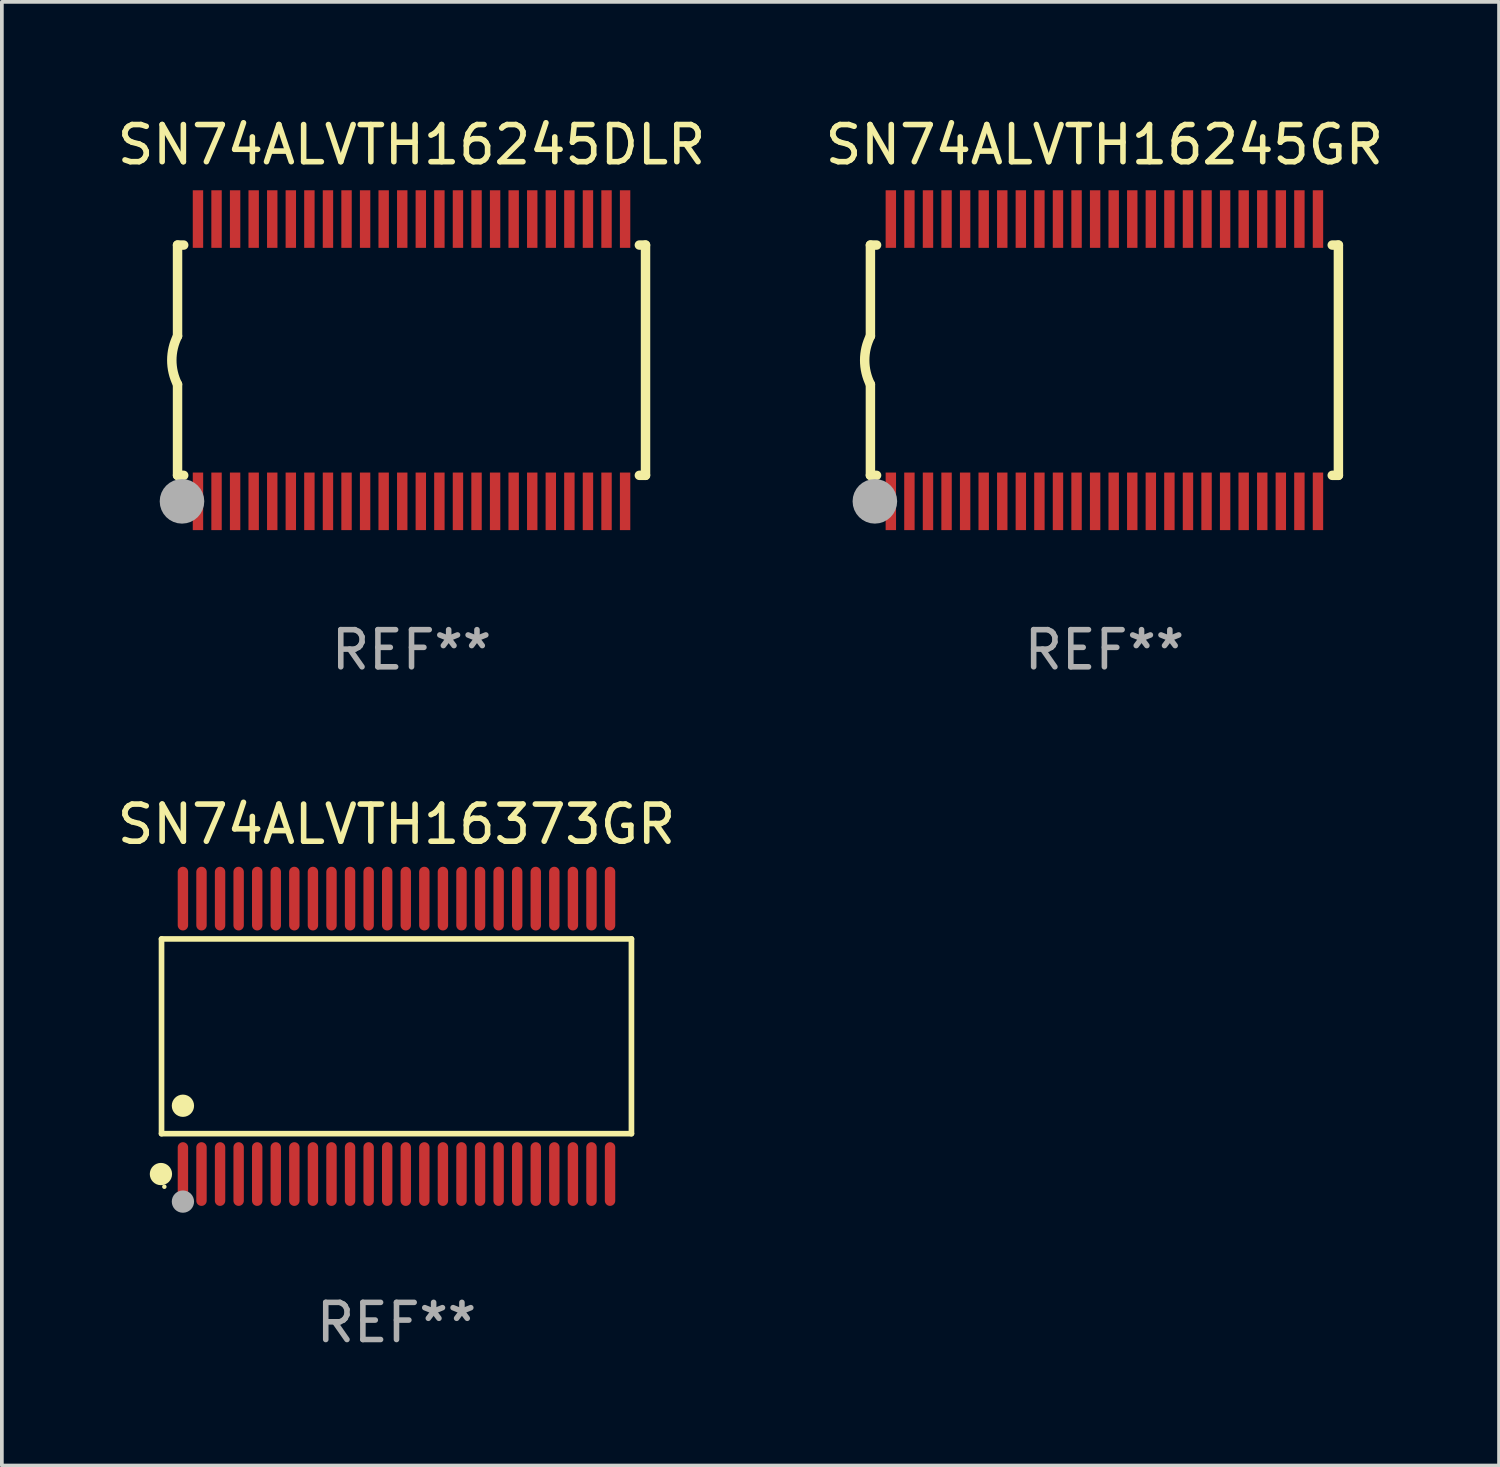
<source format=kicad_pcb>
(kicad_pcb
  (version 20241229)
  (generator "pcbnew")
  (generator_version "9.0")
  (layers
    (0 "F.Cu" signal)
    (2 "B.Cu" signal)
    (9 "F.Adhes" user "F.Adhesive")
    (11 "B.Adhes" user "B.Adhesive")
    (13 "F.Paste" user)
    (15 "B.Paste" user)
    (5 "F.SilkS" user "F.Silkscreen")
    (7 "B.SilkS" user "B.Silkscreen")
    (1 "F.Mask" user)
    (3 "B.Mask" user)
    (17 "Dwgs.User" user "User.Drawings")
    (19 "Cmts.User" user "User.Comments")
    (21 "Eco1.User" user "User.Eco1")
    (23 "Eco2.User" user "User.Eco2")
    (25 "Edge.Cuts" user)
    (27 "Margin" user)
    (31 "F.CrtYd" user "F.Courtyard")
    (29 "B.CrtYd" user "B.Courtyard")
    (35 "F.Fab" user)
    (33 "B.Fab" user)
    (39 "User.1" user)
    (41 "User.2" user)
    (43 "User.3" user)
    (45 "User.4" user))
  (footprint "SN74ALVTH16245GR"
    (layer "F.Cu")
    (at 26.685 6.648)
    (property "Reference" "SN74ALVTH16245GR" (at 0 -5.8 0) (layer "F.SilkS") (effects (font (size 1 1) (thickness 0.15))))
    (attr through_hole)
    (fp_line (start -6.3 -3.1) (end -6.3 -0.65) (stroke (width 0.254) (type solid)) (layer "F.SilkS"))
    (fp_line (start -6.3 -3.1) (end -6.134 -3.1) (stroke (width 0.254) (type solid)) (layer "F.SilkS"))
    (fp_line (start -6.3 3.1) (end -6.3 0.65) (stroke (width 0.254) (type solid)) (layer "F.SilkS"))
    (fp_line (start -6.3 3.1) (end -6.134 3.1) (stroke (width 0.254) (type solid)) (layer "F.SilkS"))
    (fp_line (start 6.134 -3.1) (end 6.3 -3.1) (stroke (width 0.254) (type solid)) (layer "F.SilkS"))
    (fp_line (start 6.134 3.1) (end 6.3 3.1) (stroke (width 0.254) (type solid)) (layer "F.SilkS"))
    (fp_line (start 6.3 -3.1) (end 6.3 3.1) (stroke (width 0.254) (type solid)) (layer "F.SilkS"))
    (fp_arc (start -6.301016 0.650114) (mid -6.45413 -0.000082) (end -6.3 -0.650038) (stroke (width 0.254001) (type solid)) (layer "F.SilkS"))
    (fp_circle (center -6.35 3.81) (end -6.223 3.81) (stroke (width 0.254) (type solid)) (fill no) (layer "F.SilkS"))
    (fp_circle (center -6.25 4.05) (end -6.22 4.05) (stroke (width 0.06) (type solid)) (fill no) (layer "F.SilkS"))
    (fp_circle (center -6.18 3.8) (end -5.88 3.8) (stroke (width 0.6) (type solid)) (fill no) (layer "F.Fab"))
    (fp_text user "REF**" (at 0 7.8 0) (layer "F.Fab") (effects (font (size 1 1) (thickness 0.15))))
    (pad "1" smd rect (at -5.75 3.8) (size 0.28 1.55) (layers "F.Cu" "F.Mask" "F.Paste"))
    (pad "2" smd rect (at -5.25 3.8) (size 0.28 1.55) (layers "F.Cu" "F.Mask" "F.Paste"))
    (pad "3" smd rect (at -4.75 3.8) (size 0.28 1.55) (layers "F.Cu" "F.Mask" "F.Paste"))
    (pad "4" smd rect (at -4.25 3.8) (size 0.28 1.55) (layers "F.Cu" "F.Mask" "F.Paste"))
    (pad "5" smd rect (at -3.75 3.8) (size 0.28 1.55) (layers "F.Cu" "F.Mask" "F.Paste"))
    (pad "6" smd rect (at -3.25 3.8) (size 0.28 1.55) (layers "F.Cu" "F.Mask" "F.Paste"))
    (pad "7" smd rect (at -2.75 3.8) (size 0.28 1.55) (layers "F.Cu" "F.Mask" "F.Paste"))
    (pad "8" smd rect (at -2.25 3.8) (size 0.28 1.55) (layers "F.Cu" "F.Mask" "F.Paste"))
    (pad "9" smd rect (at -1.75 3.8) (size 0.28 1.55) (layers "F.Cu" "F.Mask" "F.Paste"))
    (pad "10" smd rect (at -1.25 3.8) (size 0.28 1.55) (layers "F.Cu" "F.Mask" "F.Paste"))
    (pad "11" smd rect (at -0.75 3.8) (size 0.28 1.55) (layers "F.Cu" "F.Mask" "F.Paste"))
    (pad "12" smd rect (at -0.25 3.8) (size 0.28 1.55) (layers "F.Cu" "F.Mask" "F.Paste"))
    (pad "13" smd rect (at 0.25 3.8) (size 0.28 1.55) (layers "F.Cu" "F.Mask" "F.Paste"))
    (pad "14" smd rect (at 0.75 3.8) (size 0.28 1.55) (layers "F.Cu" "F.Mask" "F.Paste"))
    (pad "15" smd rect (at 1.25 3.8) (size 0.28 1.55) (layers "F.Cu" "F.Mask" "F.Paste"))
    (pad "16" smd rect (at 1.75 3.8) (size 0.28 1.55) (layers "F.Cu" "F.Mask" "F.Paste"))
    (pad "17" smd rect (at 2.25 3.8) (size 0.28 1.55) (layers "F.Cu" "F.Mask" "F.Paste"))
    (pad "18" smd rect (at 2.75 3.8) (size 0.28 1.55) (layers "F.Cu" "F.Mask" "F.Paste"))
    (pad "19" smd rect (at 3.25 3.8) (size 0.28 1.55) (layers "F.Cu" "F.Mask" "F.Paste"))
    (pad "20" smd rect (at 3.75 3.8) (size 0.28 1.55) (layers "F.Cu" "F.Mask" "F.Paste"))
    (pad "21" smd rect (at 4.25 3.8) (size 0.28 1.55) (layers "F.Cu" "F.Mask" "F.Paste"))
    (pad "22" smd rect (at 4.75 3.8) (size 0.28 1.55) (layers "F.Cu" "F.Mask" "F.Paste"))
    (pad "23" smd rect (at 5.25 3.8) (size 0.28 1.55) (layers "F.Cu" "F.Mask" "F.Paste"))
    (pad "24" smd rect (at 5.75 3.8) (size 0.28 1.55) (layers "F.Cu" "F.Mask" "F.Paste"))
    (pad "25" smd rect (at 5.75 -3.8) (size 0.28 1.55) (layers "F.Cu" "F.Mask" "F.Paste"))
    (pad "26" smd rect (at 5.25 -3.8) (size 0.28 1.55) (layers "F.Cu" "F.Mask" "F.Paste"))
    (pad "27" smd rect (at 4.75 -3.8) (size 0.28 1.55) (layers "F.Cu" "F.Mask" "F.Paste"))
    (pad "28" smd rect (at 4.25 -3.8) (size 0.28 1.55) (layers "F.Cu" "F.Mask" "F.Paste"))
    (pad "29" smd rect (at 3.75 -3.8) (size 0.28 1.55) (layers "F.Cu" "F.Mask" "F.Paste"))
    (pad "30" smd rect (at 3.25 -3.8) (size 0.28 1.55) (layers "F.Cu" "F.Mask" "F.Paste"))
    (pad "31" smd rect (at 2.75 -3.8) (size 0.28 1.55) (layers "F.Cu" "F.Mask" "F.Paste"))
    (pad "32" smd rect (at 2.25 -3.8) (size 0.28 1.55) (layers "F.Cu" "F.Mask" "F.Paste"))
    (pad "33" smd rect (at 1.75 -3.8) (size 0.28 1.55) (layers "F.Cu" "F.Mask" "F.Paste"))
    (pad "34" smd rect (at 1.25 -3.8) (size 0.28 1.55) (layers "F.Cu" "F.Mask" "F.Paste"))
    (pad "35" smd rect (at 0.75 -3.8) (size 0.28 1.55) (layers "F.Cu" "F.Mask" "F.Paste"))
    (pad "36" smd rect (at 0.25 -3.8) (size 0.28 1.55) (layers "F.Cu" "F.Mask" "F.Paste"))
    (pad "37" smd rect (at -0.25 -3.8) (size 0.28 1.55) (layers "F.Cu" "F.Mask" "F.Paste"))
    (pad "38" smd rect (at -0.75 -3.8) (size 0.28 1.55) (layers "F.Cu" "F.Mask" "F.Paste"))
    (pad "39" smd rect (at -1.25 -3.8) (size 0.28 1.55) (layers "F.Cu" "F.Mask" "F.Paste"))
    (pad "40" smd rect (at -1.75 -3.8) (size 0.28 1.55) (layers "F.Cu" "F.Mask" "F.Paste"))
    (pad "41" smd rect (at -2.25 -3.8) (size 0.28 1.55) (layers "F.Cu" "F.Mask" "F.Paste"))
    (pad "42" smd rect (at -2.75 -3.8) (size 0.28 1.55) (layers "F.Cu" "F.Mask" "F.Paste"))
    (pad "43" smd rect (at -3.25 -3.8) (size 0.28 1.55) (layers "F.Cu" "F.Mask" "F.Paste"))
    (pad "44" smd rect (at -3.75 -3.8) (size 0.28 1.55) (layers "F.Cu" "F.Mask" "F.Paste"))
    (pad "45" smd rect (at -4.25 -3.8) (size 0.28 1.55) (layers "F.Cu" "F.Mask" "F.Paste"))
    (pad "46" smd rect (at -4.75 -3.8) (size 0.28 1.55) (layers "F.Cu" "F.Mask" "F.Paste"))
    (pad "47" smd rect (at -5.25 -3.8) (size 0.28 1.55) (layers "F.Cu" "F.Mask" "F.Paste"))
    (pad "48" smd rect (at -5.75 -3.8) (size 0.28 1.55) (layers "F.Cu" "F.Mask" "F.Paste")))
  (footprint "SN74ALVTH16245DLR"
    (layer "F.Cu")
    (at 8.03 6.648)
    (property "Reference" "SN74ALVTH16245DLR" (at 0 -5.8 0) (layer "F.SilkS") (effects (font (size 1 1) (thickness 0.15))))
    (attr through_hole)
    (fp_line (start -6.3 -3.1) (end -6.3 -0.65) (stroke (width 0.254) (type solid)) (layer "F.SilkS"))
    (fp_line (start -6.3 -3.1) (end -6.134 -3.1) (stroke (width 0.254) (type solid)) (layer "F.SilkS"))
    (fp_line (start -6.3 3.1) (end -6.3 0.65) (stroke (width 0.254) (type solid)) (layer "F.SilkS"))
    (fp_line (start -6.3 3.1) (end -6.134 3.1) (stroke (width 0.254) (type solid)) (layer "F.SilkS"))
    (fp_line (start 6.134 -3.1) (end 6.3 -3.1) (stroke (width 0.254) (type solid)) (layer "F.SilkS"))
    (fp_line (start 6.134 3.1) (end 6.3 3.1) (stroke (width 0.254) (type solid)) (layer "F.SilkS"))
    (fp_line (start 6.3 -3.1) (end 6.3 3.1) (stroke (width 0.254) (type solid)) (layer "F.SilkS"))
    (fp_arc (start -6.301016 0.650114) (mid -6.45413 -0.000082) (end -6.3 -0.650038) (stroke (width 0.254001) (type solid)) (layer "F.SilkS"))
    (fp_circle (center -6.35 3.81) (end -6.223 3.81) (stroke (width 0.254) (type solid)) (fill no) (layer "F.SilkS"))
    (fp_circle (center -6.25 4.05) (end -6.22 4.05) (stroke (width 0.06) (type solid)) (fill no) (layer "F.SilkS"))
    (fp_circle (center -6.18 3.8) (end -5.88 3.8) (stroke (width 0.6) (type solid)) (fill no) (layer "F.Fab"))
    (fp_text user "REF**" (at 0 7.8 0) (layer "F.Fab") (effects (font (size 1 1) (thickness 0.15))))
    (pad "1" smd rect (at -5.75 3.8) (size 0.28 1.55) (layers "F.Cu" "F.Mask" "F.Paste"))
    (pad "2" smd rect (at -5.25 3.8) (size 0.28 1.55) (layers "F.Cu" "F.Mask" "F.Paste"))
    (pad "3" smd rect (at -4.75 3.8) (size 0.28 1.55) (layers "F.Cu" "F.Mask" "F.Paste"))
    (pad "4" smd rect (at -4.25 3.8) (size 0.28 1.55) (layers "F.Cu" "F.Mask" "F.Paste"))
    (pad "5" smd rect (at -3.75 3.8) (size 0.28 1.55) (layers "F.Cu" "F.Mask" "F.Paste"))
    (pad "6" smd rect (at -3.25 3.8) (size 0.28 1.55) (layers "F.Cu" "F.Mask" "F.Paste"))
    (pad "7" smd rect (at -2.75 3.8) (size 0.28 1.55) (layers "F.Cu" "F.Mask" "F.Paste"))
    (pad "8" smd rect (at -2.25 3.8) (size 0.28 1.55) (layers "F.Cu" "F.Mask" "F.Paste"))
    (pad "9" smd rect (at -1.75 3.8) (size 0.28 1.55) (layers "F.Cu" "F.Mask" "F.Paste"))
    (pad "10" smd rect (at -1.25 3.8) (size 0.28 1.55) (layers "F.Cu" "F.Mask" "F.Paste"))
    (pad "11" smd rect (at -0.75 3.8) (size 0.28 1.55) (layers "F.Cu" "F.Mask" "F.Paste"))
    (pad "12" smd rect (at -0.25 3.8) (size 0.28 1.55) (layers "F.Cu" "F.Mask" "F.Paste"))
    (pad "13" smd rect (at 0.25 3.8) (size 0.28 1.55) (layers "F.Cu" "F.Mask" "F.Paste"))
    (pad "14" smd rect (at 0.75 3.8) (size 0.28 1.55) (layers "F.Cu" "F.Mask" "F.Paste"))
    (pad "15" smd rect (at 1.25 3.8) (size 0.28 1.55) (layers "F.Cu" "F.Mask" "F.Paste"))
    (pad "16" smd rect (at 1.75 3.8) (size 0.28 1.55) (layers "F.Cu" "F.Mask" "F.Paste"))
    (pad "17" smd rect (at 2.25 3.8) (size 0.28 1.55) (layers "F.Cu" "F.Mask" "F.Paste"))
    (pad "18" smd rect (at 2.75 3.8) (size 0.28 1.55) (layers "F.Cu" "F.Mask" "F.Paste"))
    (pad "19" smd rect (at 3.25 3.8) (size 0.28 1.55) (layers "F.Cu" "F.Mask" "F.Paste"))
    (pad "20" smd rect (at 3.75 3.8) (size 0.28 1.55) (layers "F.Cu" "F.Mask" "F.Paste"))
    (pad "21" smd rect (at 4.25 3.8) (size 0.28 1.55) (layers "F.Cu" "F.Mask" "F.Paste"))
    (pad "22" smd rect (at 4.75 3.8) (size 0.28 1.55) (layers "F.Cu" "F.Mask" "F.Paste"))
    (pad "23" smd rect (at 5.25 3.8) (size 0.28 1.55) (layers "F.Cu" "F.Mask" "F.Paste"))
    (pad "24" smd rect (at 5.75 3.8) (size 0.28 1.55) (layers "F.Cu" "F.Mask" "F.Paste"))
    (pad "25" smd rect (at 5.75 -3.8) (size 0.28 1.55) (layers "F.Cu" "F.Mask" "F.Paste"))
    (pad "26" smd rect (at 5.25 -3.8) (size 0.28 1.55) (layers "F.Cu" "F.Mask" "F.Paste"))
    (pad "27" smd rect (at 4.75 -3.8) (size 0.28 1.55) (layers "F.Cu" "F.Mask" "F.Paste"))
    (pad "28" smd rect (at 4.25 -3.8) (size 0.28 1.55) (layers "F.Cu" "F.Mask" "F.Paste"))
    (pad "29" smd rect (at 3.75 -3.8) (size 0.28 1.55) (layers "F.Cu" "F.Mask" "F.Paste"))
    (pad "30" smd rect (at 3.25 -3.8) (size 0.28 1.55) (layers "F.Cu" "F.Mask" "F.Paste"))
    (pad "31" smd rect (at 2.75 -3.8) (size 0.28 1.55) (layers "F.Cu" "F.Mask" "F.Paste"))
    (pad "32" smd rect (at 2.25 -3.8) (size 0.28 1.55) (layers "F.Cu" "F.Mask" "F.Paste"))
    (pad "33" smd rect (at 1.75 -3.8) (size 0.28 1.55) (layers "F.Cu" "F.Mask" "F.Paste"))
    (pad "34" smd rect (at 1.25 -3.8) (size 0.28 1.55) (layers "F.Cu" "F.Mask" "F.Paste"))
    (pad "35" smd rect (at 0.75 -3.8) (size 0.28 1.55) (layers "F.Cu" "F.Mask" "F.Paste"))
    (pad "36" smd rect (at 0.25 -3.8) (size 0.28 1.55) (layers "F.Cu" "F.Mask" "F.Paste"))
    (pad "37" smd rect (at -0.25 -3.8) (size 0.28 1.55) (layers "F.Cu" "F.Mask" "F.Paste"))
    (pad "38" smd rect (at -0.75 -3.8) (size 0.28 1.55) (layers "F.Cu" "F.Mask" "F.Paste"))
    (pad "39" smd rect (at -1.25 -3.8) (size 0.28 1.55) (layers "F.Cu" "F.Mask" "F.Paste"))
    (pad "40" smd rect (at -1.75 -3.8) (size 0.28 1.55) (layers "F.Cu" "F.Mask" "F.Paste"))
    (pad "41" smd rect (at -2.25 -3.8) (size 0.28 1.55) (layers "F.Cu" "F.Mask" "F.Paste"))
    (pad "42" smd rect (at -2.75 -3.8) (size 0.28 1.55) (layers "F.Cu" "F.Mask" "F.Paste"))
    (pad "43" smd rect (at -3.25 -3.8) (size 0.28 1.55) (layers "F.Cu" "F.Mask" "F.Paste"))
    (pad "44" smd rect (at -3.75 -3.8) (size 0.28 1.55) (layers "F.Cu" "F.Mask" "F.Paste"))
    (pad "45" smd rect (at -4.25 -3.8) (size 0.28 1.55) (layers "F.Cu" "F.Mask" "F.Paste"))
    (pad "46" smd rect (at -4.75 -3.8) (size 0.28 1.55) (layers "F.Cu" "F.Mask" "F.Paste"))
    (pad "47" smd rect (at -5.25 -3.8) (size 0.28 1.55) (layers "F.Cu" "F.Mask" "F.Paste"))
    (pad "48" smd rect (at -5.75 -3.8) (size 0.28 1.55) (layers "F.Cu" "F.Mask" "F.Paste")))
  (footprint "SN74ALVTH16373GR"
    (layer "F.Cu")
    (at 7.625 24.852)
    (property "Reference" "SN74ALVTH16373GR" (at 0 -5.708 0) (layer "F.SilkS") (effects (font (size 1 1) (thickness 0.15))))
    (attr through_hole)
    (fp_line (start -6.326 -2.622) (end 6.326 -2.622) (stroke (width 0.152) (type solid)) (layer "F.SilkS"))
    (fp_line (start -6.326 2.621) (end -6.326 -2.622) (stroke (width 0.152) (type solid)) (layer "F.SilkS"))
    (fp_line (start 6.326 -2.622) (end 6.326 2.621) (stroke (width 0.152) (type solid)) (layer "F.SilkS"))
    (fp_line (start 6.326 2.621) (end -6.326 2.621) (stroke (width 0.152) (type solid)) (layer "F.SilkS"))
    (fp_circle (center -6.342 3.708) (end -6.192 3.708) (stroke (width 0.3) (type solid)) (fill no) (layer "F.SilkS"))
    (fp_circle (center -6.25 4.05) (end -6.22 4.05) (stroke (width 0.06) (type solid)) (fill no) (layer "F.SilkS"))
    (fp_circle (center -5.75 1.869) (end -5.6 1.869) (stroke (width 0.3) (type solid)) (fill no) (layer "F.SilkS"))
    (fp_circle (center -5.75 4.45) (end -5.6 4.45) (stroke (width 0.3) (type solid)) (fill no) (layer "F.Fab"))
    (fp_text user "REF**" (at 0 7.708 0) (layer "F.Fab") (effects (font (size 1 1) (thickness 0.15))))
    (pad "1" smd oval (at -5.75 3.708) (size 0.28 1.715) (layers "F.Cu" "F.Mask" "F.Paste"))
    (pad "2" smd oval (at -5.25 3.708) (size 0.28 1.715) (layers "F.Cu" "F.Mask" "F.Paste"))
    (pad "3" smd oval (at -4.75 3.708) (size 0.28 1.715) (layers "F.Cu" "F.Mask" "F.Paste"))
    (pad "4" smd oval (at -4.25 3.708) (size 0.28 1.715) (layers "F.Cu" "F.Mask" "F.Paste"))
    (pad "5" smd oval (at -3.75 3.708) (size 0.28 1.715) (layers "F.Cu" "F.Mask" "F.Paste"))
    (pad "6" smd oval (at -3.25 3.708) (size 0.28 1.715) (layers "F.Cu" "F.Mask" "F.Paste"))
    (pad "7" smd oval (at -2.75 3.708) (size 0.28 1.715) (layers "F.Cu" "F.Mask" "F.Paste"))
    (pad "8" smd oval (at -2.25 3.708) (size 0.28 1.715) (layers "F.Cu" "F.Mask" "F.Paste"))
    (pad "9" smd oval (at -1.75 3.708) (size 0.28 1.715) (layers "F.Cu" "F.Mask" "F.Paste"))
    (pad "10" smd oval (at -1.25 3.708) (size 0.28 1.715) (layers "F.Cu" "F.Mask" "F.Paste"))
    (pad "11" smd oval (at -0.75 3.708) (size 0.28 1.715) (layers "F.Cu" "F.Mask" "F.Paste"))
    (pad "12" smd oval (at -0.25 3.708) (size 0.28 1.715) (layers "F.Cu" "F.Mask" "F.Paste"))
    (pad "13" smd oval (at 0.25 3.708) (size 0.28 1.715) (layers "F.Cu" "F.Mask" "F.Paste"))
    (pad "14" smd oval (at 0.75 3.708) (size 0.28 1.715) (layers "F.Cu" "F.Mask" "F.Paste"))
    (pad "15" smd oval (at 1.25 3.708) (size 0.28 1.715) (layers "F.Cu" "F.Mask" "F.Paste"))
    (pad "16" smd oval (at 1.75 3.708) (size 0.28 1.715) (layers "F.Cu" "F.Mask" "F.Paste"))
    (pad "17" smd oval (at 2.25 3.708) (size 0.28 1.715) (layers "F.Cu" "F.Mask" "F.Paste"))
    (pad "18" smd oval (at 2.75 3.708) (size 0.28 1.715) (layers "F.Cu" "F.Mask" "F.Paste"))
    (pad "19" smd oval (at 3.25 3.708) (size 0.28 1.715) (layers "F.Cu" "F.Mask" "F.Paste"))
    (pad "20" smd oval (at 3.75 3.708) (size 0.28 1.715) (layers "F.Cu" "F.Mask" "F.Paste"))
    (pad "21" smd oval (at 4.25 3.708) (size 0.28 1.715) (layers "F.Cu" "F.Mask" "F.Paste"))
    (pad "22" smd oval (at 4.75 3.708) (size 0.28 1.715) (layers "F.Cu" "F.Mask" "F.Paste"))
    (pad "23" smd oval (at 5.25 3.708) (size 0.28 1.715) (layers "F.Cu" "F.Mask" "F.Paste"))
    (pad "24" smd oval (at 5.75 3.708) (size 0.28 1.715) (layers "F.Cu" "F.Mask" "F.Paste"))
    (pad "25" smd oval (at 5.75 -3.708) (size 0.28 1.715) (layers "F.Cu" "F.Mask" "F.Paste"))
    (pad "26" smd oval (at 5.25 -3.708) (size 0.28 1.715) (layers "F.Cu" "F.Mask" "F.Paste"))
    (pad "27" smd oval (at 4.75 -3.708) (size 0.28 1.715) (layers "F.Cu" "F.Mask" "F.Paste"))
    (pad "28" smd oval (at 4.25 -3.708) (size 0.28 1.715) (layers "F.Cu" "F.Mask" "F.Paste"))
    (pad "29" smd oval (at 3.75 -3.708) (size 0.28 1.715) (layers "F.Cu" "F.Mask" "F.Paste"))
    (pad "30" smd oval (at 3.25 -3.708) (size 0.28 1.715) (layers "F.Cu" "F.Mask" "F.Paste"))
    (pad "31" smd oval (at 2.75 -3.708) (size 0.28 1.715) (layers "F.Cu" "F.Mask" "F.Paste"))
    (pad "32" smd oval (at 2.25 -3.708) (size 0.28 1.715) (layers "F.Cu" "F.Mask" "F.Paste"))
    (pad "33" smd oval (at 1.75 -3.708) (size 0.28 1.715) (layers "F.Cu" "F.Mask" "F.Paste"))
    (pad "34" smd oval (at 1.25 -3.708) (size 0.28 1.715) (layers "F.Cu" "F.Mask" "F.Paste"))
    (pad "35" smd oval (at 0.75 -3.708) (size 0.28 1.715) (layers "F.Cu" "F.Mask" "F.Paste"))
    (pad "36" smd oval (at 0.25 -3.708) (size 0.28 1.715) (layers "F.Cu" "F.Mask" "F.Paste"))
    (pad "37" smd oval (at -0.25 -3.708) (size 0.28 1.715) (layers "F.Cu" "F.Mask" "F.Paste"))
    (pad "38" smd oval (at -0.75 -3.708) (size 0.28 1.715) (layers "F.Cu" "F.Mask" "F.Paste"))
    (pad "39" smd oval (at -1.25 -3.708) (size 0.28 1.715) (layers "F.Cu" "F.Mask" "F.Paste"))
    (pad "40" smd oval (at -1.75 -3.708) (size 0.28 1.715) (layers "F.Cu" "F.Mask" "F.Paste"))
    (pad "41" smd oval (at -2.25 -3.708) (size 0.28 1.715) (layers "F.Cu" "F.Mask" "F.Paste"))
    (pad "42" smd oval (at -2.75 -3.708) (size 0.28 1.715) (layers "F.Cu" "F.Mask" "F.Paste"))
    (pad "43" smd oval (at -3.25 -3.708) (size 0.28 1.715) (layers "F.Cu" "F.Mask" "F.Paste"))
    (pad "44" smd oval (at -3.75 -3.708) (size 0.28 1.715) (layers "F.Cu" "F.Mask" "F.Paste"))
    (pad "45" smd oval (at -4.25 -3.708) (size 0.28 1.715) (layers "F.Cu" "F.Mask" "F.Paste"))
    (pad "46" smd oval (at -4.75 -3.708) (size 0.28 1.715) (layers "F.Cu" "F.Mask" "F.Paste"))
    (pad "47" smd oval (at -5.25 -3.708) (size 0.28 1.715) (layers "F.Cu" "F.Mask" "F.Paste"))
    (pad "48" smd oval (at -5.75 -3.708) (size 0.28 1.715) (layers "F.Cu" "F.Mask" "F.Paste")))
  (gr_rect
    (start -3 -3)
    (end 37.31 36.408)
    (stroke (width 0.1) (type default))
    (fill no)
    (layer "Edge.Cuts")))
</source>
